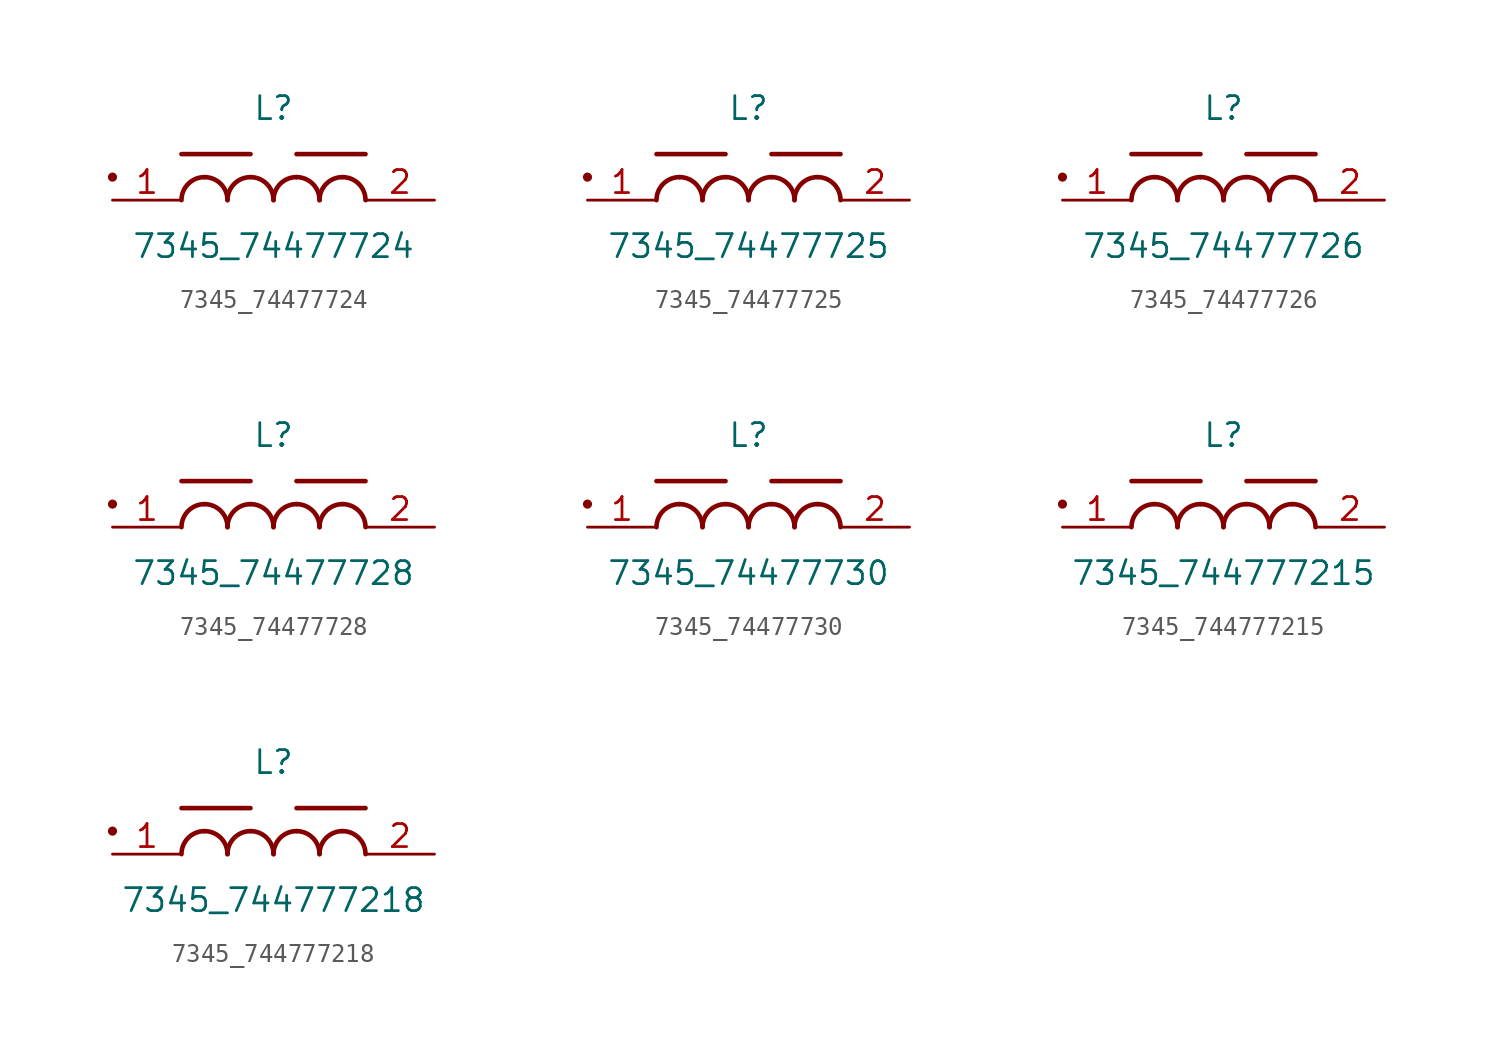
<source format=kicad_sym>
(kicad_symbol_lib
  (version 20211014)
  (generator kicad_symbol_editor)
  (symbol "Inductor_Wurth_WE-PD:7345_74477724"
    (pin_names hide)
    (property "Reference" "L"
      (at 0 5.08 0)
      (effects (font (size 1.27 1.27))))
    (property "Value" "7345_74477724"
      (at 0 -2.54 0)
      (effects (font (size 1.27 1.27))))
    (symbol "7345_74477724_0_1"
      (circle (center -8.89 1.27) (radius 0.0001) (stroke (width 0.254)) (stroke (width 0.254) (type default) (color 0 0 0 0)) (fill (type none)))
      (arc (start -3.81 1.27) (mid -4.708 0.898) (end -5.08 0) (stroke (width 0.254) (type default) (color 0 0 0 0)) (fill (type none)))
      (arc (start -2.54 0) (mid -2.912 0.898) (end -3.81 1.27) (stroke (width 0.254) (type default) (color 0 0 0 0)) (fill (type none)))
      (arc (start -1.2699 1.2701) (mid -2.1679 0.8981) (end -2.5399 0.0001) (stroke (width 0.254) (type default) (color 0 0 0 0)) (fill (type none)))
      (polyline (pts (xy -5.08 2.54) (xy -1.27 2.54)) (stroke (width 0.254) (type default) (color 0 0 0 0)) (fill (type none)))
      (polyline (pts (xy 5.08 2.54) (xy 1.27 2.54)) (stroke (width 0.254) (type default) (color 0 0 0 0)) (fill (type none)))
      (arc (start 0.0001 0.0001) (mid -0.3719 0.8981) (end -1.2699 1.2701) (stroke (width 0.254) (type default) (color 0 0 0 0)) (fill (type none)))
      (arc (start 1.2701 1.2701) (mid 0.3721 0.8981) (end 0.0001 0.0001) (stroke (width 0.254) (type default) (color 0 0 0 0)) (fill (type none)))
      (arc (start 2.5401 0.0001) (mid 2.1681 0.8981) (end 1.2701 1.2701) (stroke (width 0.254) (type default) (color 0 0 0 0)) (fill (type none)))
      (arc (start 3.8101 1.2701) (mid 2.9121 0.8981) (end 2.5401 0.0001) (stroke (width 0.254) (type default) (color 0 0 0 0)) (fill (type none)))
      (arc (start 5.0801 0.0001) (mid 4.7081 0.8981) (end 3.8101 1.2701) (stroke (width 0.254) (type default) (color 0 0 0 0)) (fill (type none))))
    (symbol "7345_74477724_1_1"
      (pin passive line (at -8.89 0 0) (length 3.81) (name "1" (effects (font (size 1.27 1.27)))) (number "1" (effects (font (size 1.27 1.27)))))
      (pin passive line (at 8.89 0 180) (length 3.81) (name "2" (effects (font (size 1.27 1.27)))) (number "2" (effects (font (size 1.27 1.27)))))))
  (symbol "Inductor_Wurth_WE-PD:7345_74477725"
    (pin_names hide)
    (property "Reference" "L"
      (at 0 5.08 0)
      (effects (font (size 1.27 1.27))))
    (property "Value" "7345_74477725"
      (at 0 -2.54 0)
      (effects (font (size 1.27 1.27))))
    (symbol "7345_74477725_0_1"
      (circle (center -8.89 1.27) (radius 0.0001) (stroke (width 0.254)) (stroke (width 0.254) (type default) (color 0 0 0 0)) (fill (type none)))
      (arc (start -3.81 1.27) (mid -4.708 0.898) (end -5.08 0) (stroke (width 0.254) (type default) (color 0 0 0 0)) (fill (type none)))
      (arc (start -2.54 0) (mid -2.912 0.898) (end -3.81 1.27) (stroke (width 0.254) (type default) (color 0 0 0 0)) (fill (type none)))
      (arc (start -1.2699 1.2701) (mid -2.1679 0.8981) (end -2.5399 0.0001) (stroke (width 0.254) (type default) (color 0 0 0 0)) (fill (type none)))
      (polyline (pts (xy -5.08 2.54) (xy -1.27 2.54)) (stroke (width 0.254) (type default) (color 0 0 0 0)) (fill (type none)))
      (polyline (pts (xy 5.08 2.54) (xy 1.27 2.54)) (stroke (width 0.254) (type default) (color 0 0 0 0)) (fill (type none)))
      (arc (start 0.0001 0.0001) (mid -0.3719 0.8981) (end -1.2699 1.2701) (stroke (width 0.254) (type default) (color 0 0 0 0)) (fill (type none)))
      (arc (start 1.2701 1.2701) (mid 0.3721 0.8981) (end 0.0001 0.0001) (stroke (width 0.254) (type default) (color 0 0 0 0)) (fill (type none)))
      (arc (start 2.5401 0.0001) (mid 2.1681 0.8981) (end 1.2701 1.2701) (stroke (width 0.254) (type default) (color 0 0 0 0)) (fill (type none)))
      (arc (start 3.8101 1.2701) (mid 2.9121 0.8981) (end 2.5401 0.0001) (stroke (width 0.254) (type default) (color 0 0 0 0)) (fill (type none)))
      (arc (start 5.0801 0.0001) (mid 4.7081 0.8981) (end 3.8101 1.2701) (stroke (width 0.254) (type default) (color 0 0 0 0)) (fill (type none))))
    (symbol "7345_74477725_1_1"
      (pin passive line (at -8.89 0 0) (length 3.81) (name "1" (effects (font (size 1.27 1.27)))) (number "1" (effects (font (size 1.27 1.27)))))
      (pin passive line (at 8.89 0 180) (length 3.81) (name "2" (effects (font (size 1.27 1.27)))) (number "2" (effects (font (size 1.27 1.27)))))))
  (symbol "Inductor_Wurth_WE-PD:7345_74477726"
    (pin_names hide)
    (property "Reference" "L"
      (at 0 5.08 0)
      (effects (font (size 1.27 1.27))))
    (property "Value" "7345_74477726"
      (at 0 -2.54 0)
      (effects (font (size 1.27 1.27))))
    (symbol "7345_74477726_0_1"
      (circle (center -8.89 1.27) (radius 0.0001) (stroke (width 0.254)) (stroke (width 0.254) (type default) (color 0 0 0 0)) (fill (type none)))
      (arc (start -3.81 1.27) (mid -4.708 0.898) (end -5.08 0) (stroke (width 0.254) (type default) (color 0 0 0 0)) (fill (type none)))
      (arc (start -2.54 0) (mid -2.912 0.898) (end -3.81 1.27) (stroke (width 0.254) (type default) (color 0 0 0 0)) (fill (type none)))
      (arc (start -1.2699 1.2701) (mid -2.1679 0.8981) (end -2.5399 0.0001) (stroke (width 0.254) (type default) (color 0 0 0 0)) (fill (type none)))
      (polyline (pts (xy -5.08 2.54) (xy -1.27 2.54)) (stroke (width 0.254) (type default) (color 0 0 0 0)) (fill (type none)))
      (polyline (pts (xy 5.08 2.54) (xy 1.27 2.54)) (stroke (width 0.254) (type default) (color 0 0 0 0)) (fill (type none)))
      (arc (start 0.0001 0.0001) (mid -0.3719 0.8981) (end -1.2699 1.2701) (stroke (width 0.254) (type default) (color 0 0 0 0)) (fill (type none)))
      (arc (start 1.2701 1.2701) (mid 0.3721 0.8981) (end 0.0001 0.0001) (stroke (width 0.254) (type default) (color 0 0 0 0)) (fill (type none)))
      (arc (start 2.5401 0.0001) (mid 2.1681 0.8981) (end 1.2701 1.2701) (stroke (width 0.254) (type default) (color 0 0 0 0)) (fill (type none)))
      (arc (start 3.8101 1.2701) (mid 2.9121 0.8981) (end 2.5401 0.0001) (stroke (width 0.254) (type default) (color 0 0 0 0)) (fill (type none)))
      (arc (start 5.0801 0.0001) (mid 4.7081 0.8981) (end 3.8101 1.2701) (stroke (width 0.254) (type default) (color 0 0 0 0)) (fill (type none))))
    (symbol "7345_74477726_1_1"
      (pin passive line (at -8.89 0 0) (length 3.81) (name "1" (effects (font (size 1.27 1.27)))) (number "1" (effects (font (size 1.27 1.27)))))
      (pin passive line (at 8.89 0 180) (length 3.81) (name "2" (effects (font (size 1.27 1.27)))) (number "2" (effects (font (size 1.27 1.27)))))))
  (symbol "Inductor_Wurth_WE-PD:7345_74477728"
    (pin_names hide)
    (property "Reference" "L"
      (at 0 5.08 0)
      (effects (font (size 1.27 1.27))))
    (property "Value" "7345_74477728"
      (at 0 -2.54 0)
      (effects (font (size 1.27 1.27))))
    (symbol "7345_74477728_0_1"
      (circle (center -8.89 1.27) (radius 0.0001) (stroke (width 0.254)) (stroke (width 0.254) (type default) (color 0 0 0 0)) (fill (type none)))
      (arc (start -3.81 1.27) (mid -4.708 0.898) (end -5.08 0) (stroke (width 0.254) (type default) (color 0 0 0 0)) (fill (type none)))
      (arc (start -2.54 0) (mid -2.912 0.898) (end -3.81 1.27) (stroke (width 0.254) (type default) (color 0 0 0 0)) (fill (type none)))
      (arc (start -1.2699 1.2701) (mid -2.1679 0.8981) (end -2.5399 0.0001) (stroke (width 0.254) (type default) (color 0 0 0 0)) (fill (type none)))
      (polyline (pts (xy -5.08 2.54) (xy -1.27 2.54)) (stroke (width 0.254) (type default) (color 0 0 0 0)) (fill (type none)))
      (polyline (pts (xy 5.08 2.54) (xy 1.27 2.54)) (stroke (width 0.254) (type default) (color 0 0 0 0)) (fill (type none)))
      (arc (start 0.0001 0.0001) (mid -0.3719 0.8981) (end -1.2699 1.2701) (stroke (width 0.254) (type default) (color 0 0 0 0)) (fill (type none)))
      (arc (start 1.2701 1.2701) (mid 0.3721 0.8981) (end 0.0001 0.0001) (stroke (width 0.254) (type default) (color 0 0 0 0)) (fill (type none)))
      (arc (start 2.5401 0.0001) (mid 2.1681 0.8981) (end 1.2701 1.2701) (stroke (width 0.254) (type default) (color 0 0 0 0)) (fill (type none)))
      (arc (start 3.8101 1.2701) (mid 2.9121 0.8981) (end 2.5401 0.0001) (stroke (width 0.254) (type default) (color 0 0 0 0)) (fill (type none)))
      (arc (start 5.0801 0.0001) (mid 4.7081 0.8981) (end 3.8101 1.2701) (stroke (width 0.254) (type default) (color 0 0 0 0)) (fill (type none))))
    (symbol "7345_74477728_1_1"
      (pin passive line (at -8.89 0 0) (length 3.81) (name "1" (effects (font (size 1.27 1.27)))) (number "1" (effects (font (size 1.27 1.27)))))
      (pin passive line (at 8.89 0 180) (length 3.81) (name "2" (effects (font (size 1.27 1.27)))) (number "2" (effects (font (size 1.27 1.27)))))))
  (symbol "Inductor_Wurth_WE-PD:7345_74477730"
    (pin_names hide)
    (property "Reference" "L"
      (at 0 5.08 0)
      (effects (font (size 1.27 1.27))))
    (property "Value" "7345_74477730"
      (at 0 -2.54 0)
      (effects (font (size 1.27 1.27))))
    (symbol "7345_74477730_0_1"
      (circle (center -8.89 1.27) (radius 0.0001) (stroke (width 0.254)) (stroke (width 0.254) (type default) (color 0 0 0 0)) (fill (type none)))
      (arc (start -3.81 1.27) (mid -4.708 0.898) (end -5.08 0) (stroke (width 0.254) (type default) (color 0 0 0 0)) (fill (type none)))
      (arc (start -2.54 0) (mid -2.912 0.898) (end -3.81 1.27) (stroke (width 0.254) (type default) (color 0 0 0 0)) (fill (type none)))
      (arc (start -1.2699 1.2701) (mid -2.1679 0.8981) (end -2.5399 0.0001) (stroke (width 0.254) (type default) (color 0 0 0 0)) (fill (type none)))
      (polyline (pts (xy -5.08 2.54) (xy -1.27 2.54)) (stroke (width 0.254) (type default) (color 0 0 0 0)) (fill (type none)))
      (polyline (pts (xy 5.08 2.54) (xy 1.27 2.54)) (stroke (width 0.254) (type default) (color 0 0 0 0)) (fill (type none)))
      (arc (start 0.0001 0.0001) (mid -0.3719 0.8981) (end -1.2699 1.2701) (stroke (width 0.254) (type default) (color 0 0 0 0)) (fill (type none)))
      (arc (start 1.2701 1.2701) (mid 0.3721 0.8981) (end 0.0001 0.0001) (stroke (width 0.254) (type default) (color 0 0 0 0)) (fill (type none)))
      (arc (start 2.5401 0.0001) (mid 2.1681 0.8981) (end 1.2701 1.2701) (stroke (width 0.254) (type default) (color 0 0 0 0)) (fill (type none)))
      (arc (start 3.8101 1.2701) (mid 2.9121 0.8981) (end 2.5401 0.0001) (stroke (width 0.254) (type default) (color 0 0 0 0)) (fill (type none)))
      (arc (start 5.0801 0.0001) (mid 4.7081 0.8981) (end 3.8101 1.2701) (stroke (width 0.254) (type default) (color 0 0 0 0)) (fill (type none))))
    (symbol "7345_74477730_1_1"
      (pin passive line (at -8.89 0 0) (length 3.81) (name "1" (effects (font (size 1.27 1.27)))) (number "1" (effects (font (size 1.27 1.27)))))
      (pin passive line (at 8.89 0 180) (length 3.81) (name "2" (effects (font (size 1.27 1.27)))) (number "2" (effects (font (size 1.27 1.27)))))))
  (symbol "Inductor_Wurth_WE-PD:7345_744777215"
    (pin_names hide)
    (property "Reference" "L"
      (at 0 5.08 0)
      (effects (font (size 1.27 1.27))))
    (property "Value" "7345_744777215"
      (at 0 -2.54 0)
      (effects (font (size 1.27 1.27))))
    (symbol "7345_744777215_0_1"
      (circle (center -8.89 1.27) (radius 0.0001) (stroke (width 0.254)) (stroke (width 0.254) (type default) (color 0 0 0 0)) (fill (type none)))
      (arc (start -3.81 1.27) (mid -4.708 0.898) (end -5.08 0) (stroke (width 0.254) (type default) (color 0 0 0 0)) (fill (type none)))
      (arc (start -2.54 0) (mid -2.912 0.898) (end -3.81 1.27) (stroke (width 0.254) (type default) (color 0 0 0 0)) (fill (type none)))
      (arc (start -1.2699 1.2701) (mid -2.1679 0.8981) (end -2.5399 0.0001) (stroke (width 0.254) (type default) (color 0 0 0 0)) (fill (type none)))
      (polyline (pts (xy -5.08 2.54) (xy -1.27 2.54)) (stroke (width 0.254) (type default) (color 0 0 0 0)) (fill (type none)))
      (polyline (pts (xy 5.08 2.54) (xy 1.27 2.54)) (stroke (width 0.254) (type default) (color 0 0 0 0)) (fill (type none)))
      (arc (start 0.0001 0.0001) (mid -0.3719 0.8981) (end -1.2699 1.2701) (stroke (width 0.254) (type default) (color 0 0 0 0)) (fill (type none)))
      (arc (start 1.2701 1.2701) (mid 0.3721 0.8981) (end 0.0001 0.0001) (stroke (width 0.254) (type default) (color 0 0 0 0)) (fill (type none)))
      (arc (start 2.5401 0.0001) (mid 2.1681 0.8981) (end 1.2701 1.2701) (stroke (width 0.254) (type default) (color 0 0 0 0)) (fill (type none)))
      (arc (start 3.8101 1.2701) (mid 2.9121 0.8981) (end 2.5401 0.0001) (stroke (width 0.254) (type default) (color 0 0 0 0)) (fill (type none)))
      (arc (start 5.0801 0.0001) (mid 4.7081 0.8981) (end 3.8101 1.2701) (stroke (width 0.254) (type default) (color 0 0 0 0)) (fill (type none))))
    (symbol "7345_744777215_1_1"
      (pin passive line (at -8.89 0 0) (length 3.81) (name "1" (effects (font (size 1.27 1.27)))) (number "1" (effects (font (size 1.27 1.27)))))
      (pin passive line (at 8.89 0 180) (length 3.81) (name "2" (effects (font (size 1.27 1.27)))) (number "2" (effects (font (size 1.27 1.27)))))))
  (symbol "Inductor_Wurth_WE-PD:7345_744777218"
    (pin_names hide)
    (property "Reference" "L"
      (at 0 5.08 0)
      (effects (font (size 1.27 1.27))))
    (property "Value" "7345_744777218"
      (at 0 -2.54 0)
      (effects (font (size 1.27 1.27))))
    (symbol "7345_744777218_0_1"
      (circle (center -8.89 1.27) (radius 0.0001) (stroke (width 0.254)) (stroke (width 0.254) (type default) (color 0 0 0 0)) (fill (type none)))
      (arc (start -3.81 1.27) (mid -4.708 0.898) (end -5.08 0) (stroke (width 0.254) (type default) (color 0 0 0 0)) (fill (type none)))
      (arc (start -2.54 0) (mid -2.912 0.898) (end -3.81 1.27) (stroke (width 0.254) (type default) (color 0 0 0 0)) (fill (type none)))
      (arc (start -1.2699 1.2701) (mid -2.1679 0.8981) (end -2.5399 0.0001) (stroke (width 0.254) (type default) (color 0 0 0 0)) (fill (type none)))
      (polyline (pts (xy -5.08 2.54) (xy -1.27 2.54)) (stroke (width 0.254) (type default) (color 0 0 0 0)) (fill (type none)))
      (polyline (pts (xy 5.08 2.54) (xy 1.27 2.54)) (stroke (width 0.254) (type default) (color 0 0 0 0)) (fill (type none)))
      (arc (start 0.0001 0.0001) (mid -0.3719 0.8981) (end -1.2699 1.2701) (stroke (width 0.254) (type default) (color 0 0 0 0)) (fill (type none)))
      (arc (start 1.2701 1.2701) (mid 0.3721 0.8981) (end 0.0001 0.0001) (stroke (width 0.254) (type default) (color 0 0 0 0)) (fill (type none)))
      (arc (start 2.5401 0.0001) (mid 2.1681 0.8981) (end 1.2701 1.2701) (stroke (width 0.254) (type default) (color 0 0 0 0)) (fill (type none)))
      (arc (start 3.8101 1.2701) (mid 2.9121 0.8981) (end 2.5401 0.0001) (stroke (width 0.254) (type default) (color 0 0 0 0)) (fill (type none)))
      (arc (start 5.0801 0.0001) (mid 4.7081 0.8981) (end 3.8101 1.2701) (stroke (width 0.254) (type default) (color 0 0 0 0)) (fill (type none))))
    (symbol "7345_744777218_1_1"
      (pin passive line (at -8.89 0 0) (length 3.81) (name "1" (effects (font (size 1.27 1.27)))) (number "1" (effects (font (size 1.27 1.27)))))
      (pin passive line (at 8.89 0 180) (length 3.81) (name "2" (effects (font (size 1.27 1.27)))) (number "2" (effects (font (size 1.27 1.27))))))))
</source>
